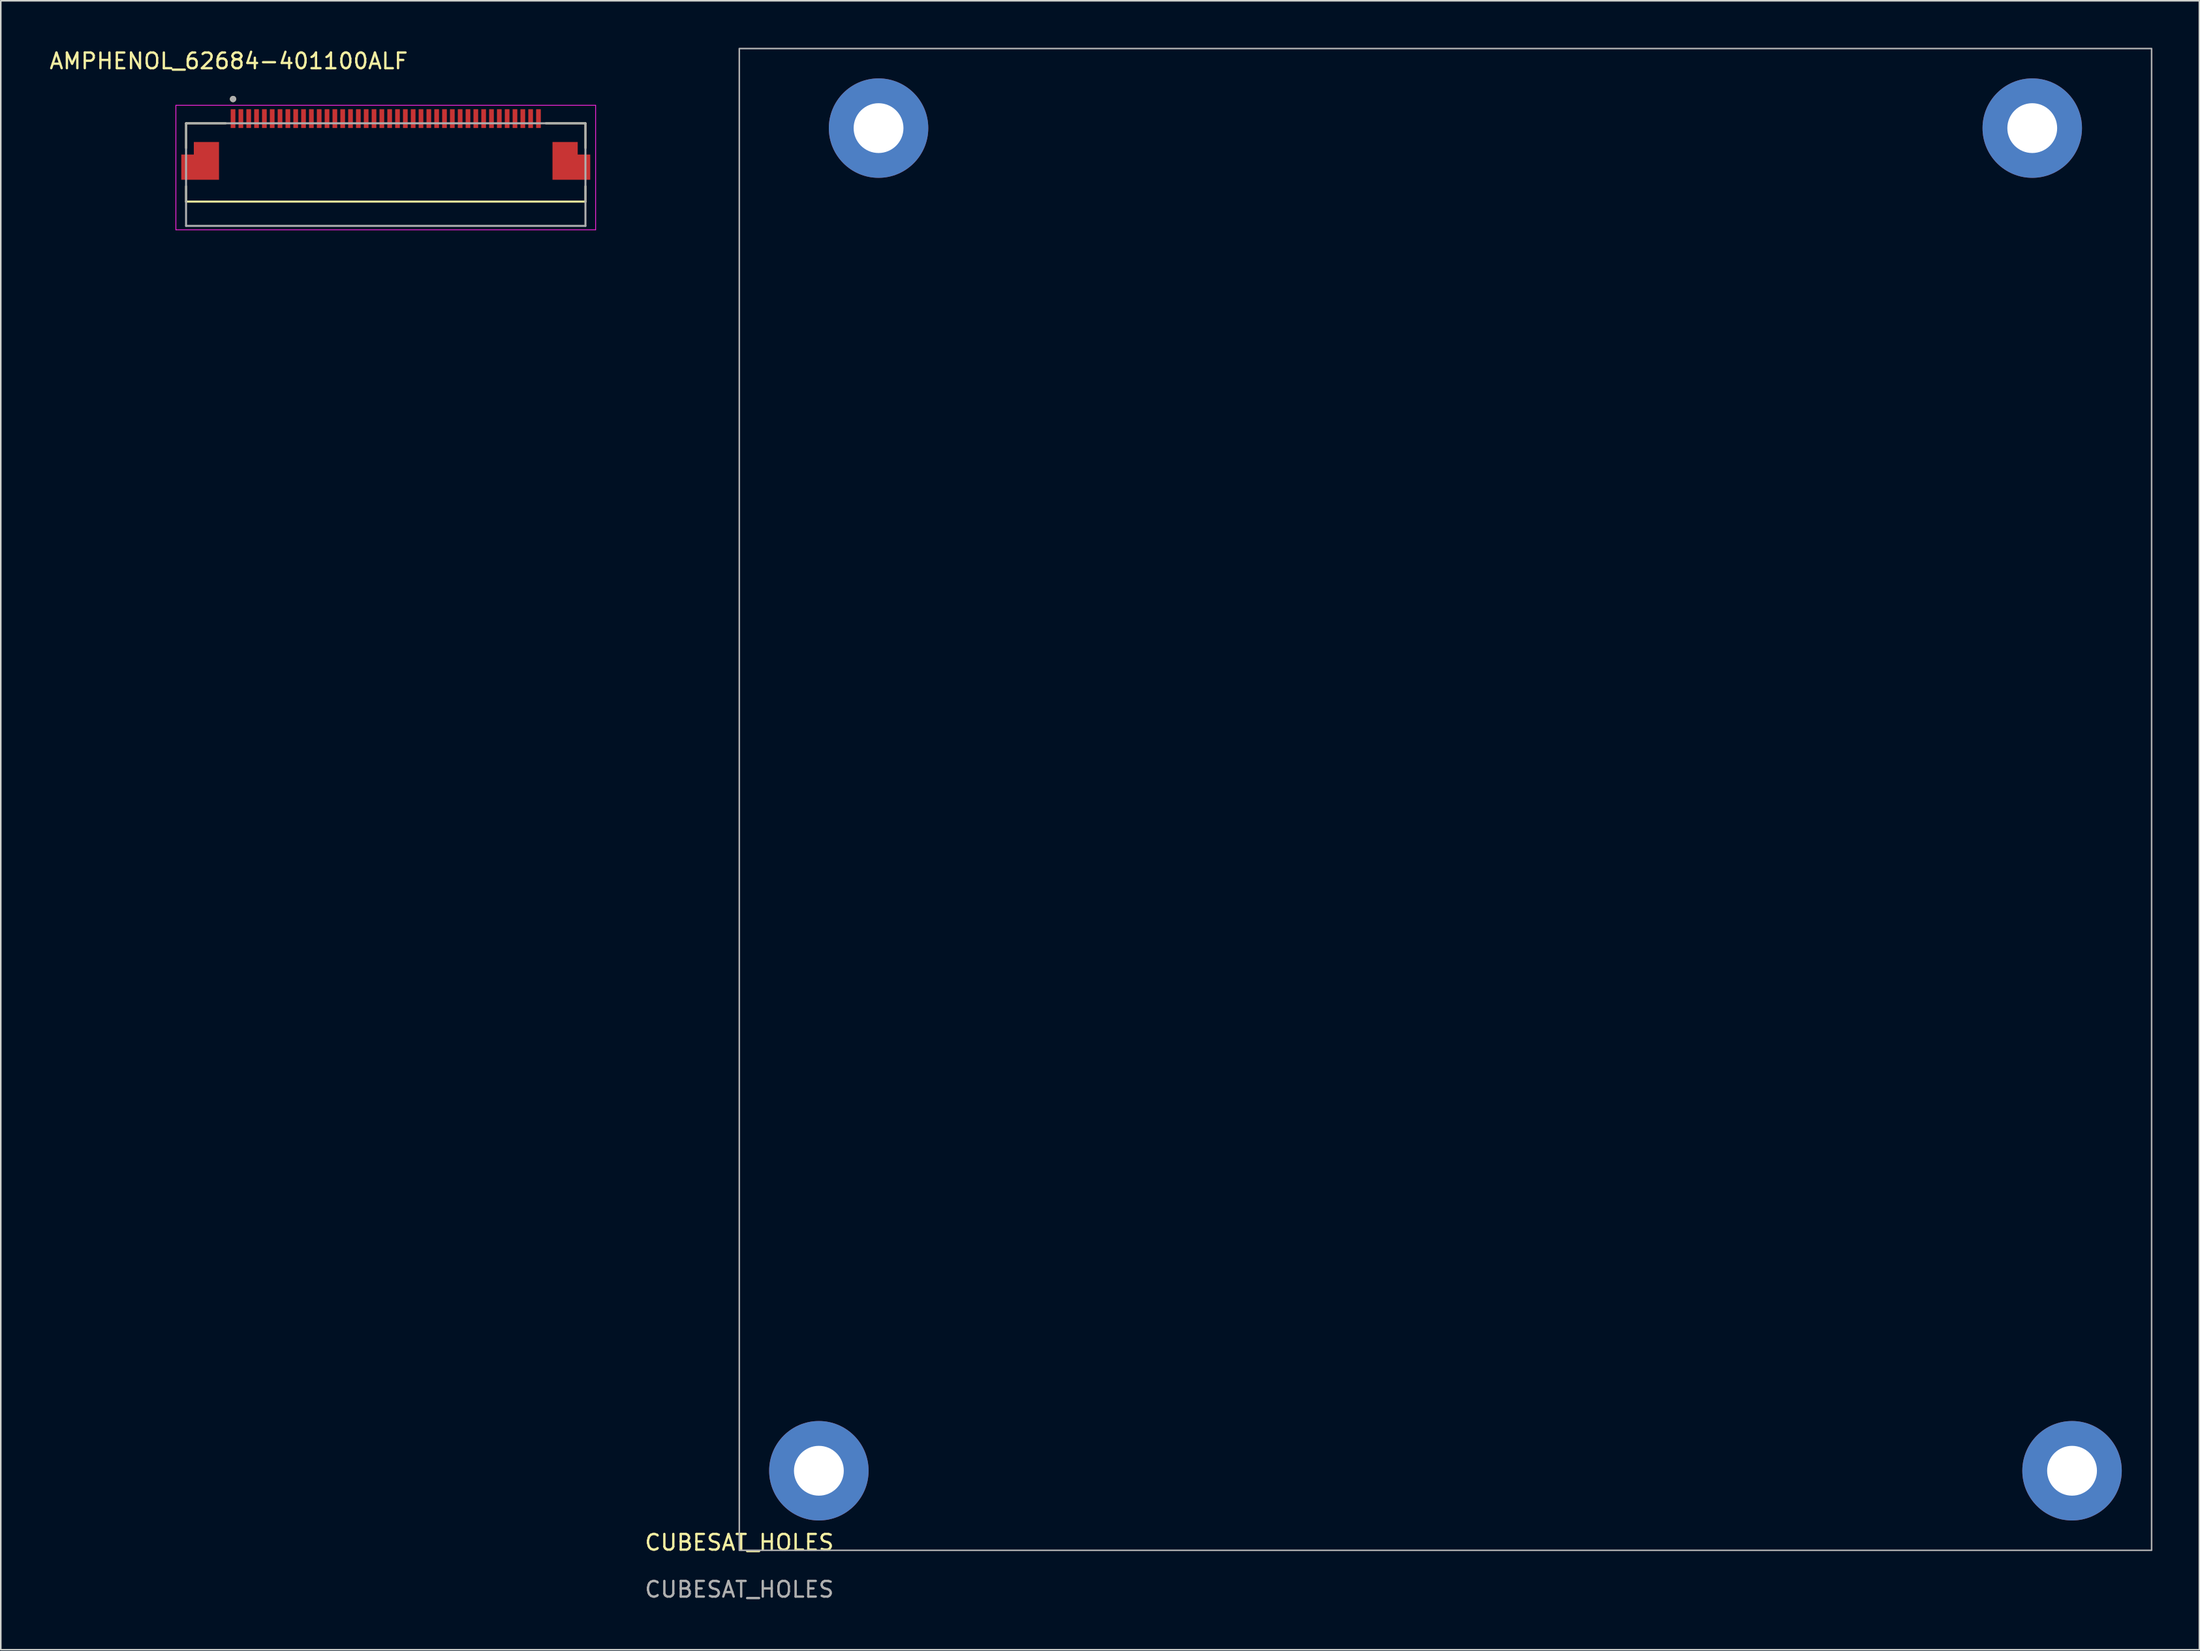
<source format=kicad_pcb>
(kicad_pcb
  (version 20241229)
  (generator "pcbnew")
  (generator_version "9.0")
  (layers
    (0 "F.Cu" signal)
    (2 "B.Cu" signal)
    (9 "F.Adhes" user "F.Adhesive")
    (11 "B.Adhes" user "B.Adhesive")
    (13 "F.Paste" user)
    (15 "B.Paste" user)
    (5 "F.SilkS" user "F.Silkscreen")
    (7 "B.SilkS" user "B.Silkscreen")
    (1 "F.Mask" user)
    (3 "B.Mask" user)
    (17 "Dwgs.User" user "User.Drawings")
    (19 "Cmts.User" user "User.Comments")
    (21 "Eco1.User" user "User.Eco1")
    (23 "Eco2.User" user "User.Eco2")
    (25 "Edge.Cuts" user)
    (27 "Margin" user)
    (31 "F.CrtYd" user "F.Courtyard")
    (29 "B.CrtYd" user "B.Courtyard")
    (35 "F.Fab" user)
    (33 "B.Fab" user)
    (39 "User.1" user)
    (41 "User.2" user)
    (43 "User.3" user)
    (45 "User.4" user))
  (footprint "CUBESAT_HOLES"
    (layer "F.Cu")
    (at 44.152 95.94)
    (property "Reference" "CUBESAT_HOLES" (at 0 -0.5 0) (unlocked yes) (layer "F.SilkS") (effects (font (size 1 1) (thickness 0.15))))
    (attr through_hole)
    (fp_rect (start 0 -95.89) (end 90.17 0) (stroke (width 0.1) (type default)) (fill no) (layer "F.Fab"))
    (fp_text user "${REFERENCE}" (at 0 2.5 0) (unlocked yes) (layer "F.Fab") (effects (font (size 1 1) (thickness 0.15))))
    (pad "1" thru_hole circle (at 5.08 -5.08) (size 6.35 6.35) (drill 3.18) (layers "*.Cu" "*.Mask"))
    (pad "1" thru_hole circle (at 8.89 -90.81) (size 6.35 6.35) (drill 3.18) (layers "*.Cu" "*.Mask"))
    (pad "1" thru_hole circle (at 82.55 -90.81) (size 6.35 6.35) (drill 3.18) (layers "*.Cu" "*.Mask"))
    (pad "1" thru_hole circle (at 85.09 -5.08) (size 6.35 6.35) (drill 3.18) (layers "*.Cu" "*.Mask")))
  (footprint "AMPHENOL_62684-401100ALF"
    (layer "F.Cu")
    (at 21.579 8.098)
    (property "Reference" "AMPHENOL_62684-401100ALF" (at -10.025 -7.25 0) (layer "F.SilkS") (effects (font (size 1 1) (thickness 0.15))))
    (attr smd)
    (fp_poly (pts (xy -10.65 -2.075) (xy -12.25 -2.075) (xy -12.25 -1.275) (xy -13.05 -1.275) (xy -13.05 0.325) (xy -10.65 0.325)) (stroke (width 0.01) (type solid)) (fill yes) (layer "F.Mask"))
    (fp_poly (pts (xy 10.65 -2.075) (xy 12.25 -2.075) (xy 12.25 -1.275) (xy 13.05 -1.275) (xy 13.05 0.325) (xy 10.65 0.325)) (stroke (width 0.01) (type solid)) (fill yes) (layer "F.Mask"))
    (fp_line (start -12.75 -3.275) (end -12.75 -1.695) (stroke (width 0.127) (type solid)) (layer "F.SilkS"))
    (fp_line (start -12.75 -3.275) (end -10.22 -3.275) (stroke (width 0.127) (type solid)) (layer "F.SilkS"))
    (fp_line (start -12.75 1.725) (end -12.75 0.745) (stroke (width 0.127) (type solid)) (layer "F.SilkS"))
    (fp_line (start 12.75 -3.275) (end 10.22 -3.275) (stroke (width 0.127) (type solid)) (layer "F.SilkS"))
    (fp_line (start 12.75 -1.695) (end 12.75 -3.275) (stroke (width 0.127) (type solid)) (layer "F.SilkS"))
    (fp_line (start 12.75 0.745) (end 12.75 1.725) (stroke (width 0.127) (type solid)) (layer "F.SilkS"))
    (fp_line (start 12.75 1.725) (end -12.75 1.725) (stroke (width 0.127) (type solid)) (layer "F.SilkS"))
    (fp_circle (center -9.75 -4.825) (end -9.65 -4.825) (stroke (width 0.2) (type solid)) (fill no) (layer "F.SilkS"))
    (fp_poly (pts (xy -10.65 -2.075) (xy -12.25 -2.075) (xy -12.25 -1.275) (xy -13.05 -1.275) (xy -13.05 0.325) (xy -10.65 0.325)) (stroke (width 0.01) (type solid)) (fill yes) (layer "F.Paste"))
    (fp_poly (pts (xy 10.65 -2.075) (xy 12.25 -2.075) (xy 12.25 -1.275) (xy 13.05 -1.275) (xy 13.05 0.325) (xy 10.65 0.325)) (stroke (width 0.01) (type solid)) (fill yes) (layer "F.Paste"))
    (fp_line (start -13.4 -4.425) (end 13.4 -4.425) (stroke (width 0.05) (type solid)) (layer "F.CrtYd"))
    (fp_line (start -13.4 3.525) (end -13.4 -4.425) (stroke (width 0.05) (type solid)) (layer "F.CrtYd"))
    (fp_line (start 13.4 -4.425) (end 13.4 3.525) (stroke (width 0.05) (type solid)) (layer "F.CrtYd"))
    (fp_line (start 13.4 3.525) (end -13.4 3.525) (stroke (width 0.05) (type solid)) (layer "F.CrtYd"))
    (fp_line (start -12.75 -3.275) (end 12.75 -3.275) (stroke (width 0.127) (type solid)) (layer "F.Fab"))
    (fp_line (start -12.75 3.275) (end -12.75 -3.275) (stroke (width 0.127) (type solid)) (layer "F.Fab"))
    (fp_line (start 12.75 -3.275) (end 12.75 3.275) (stroke (width 0.127) (type solid)) (layer "F.Fab"))
    (fp_line (start 12.75 3.275) (end -12.75 3.275) (stroke (width 0.127) (type solid)) (layer "F.Fab"))
    (fp_circle (center -9.75 -4.825) (end -9.65 -4.825) (stroke (width 0.2) (type solid)) (fill no) (layer "F.Fab"))
    (pad "01" smd rect (at -9.75 -3.575) (size 0.3 1.2) (layers "F.Cu" "F.Mask" "F.Paste"))
    (pad "02" smd rect (at -9.25 -3.575) (size 0.3 1.2) (layers "F.Cu" "F.Mask" "F.Paste"))
    (pad "03" smd rect (at -8.75 -3.575) (size 0.3 1.2) (layers "F.Cu" "F.Mask" "F.Paste"))
    (pad "04" smd rect (at -8.25 -3.575) (size 0.3 1.2) (layers "F.Cu" "F.Mask" "F.Paste"))
    (pad "05" smd rect (at -7.75 -3.575) (size 0.3 1.2) (layers "F.Cu" "F.Mask" "F.Paste"))
    (pad "06" smd rect (at -7.25 -3.575) (size 0.3 1.2) (layers "F.Cu" "F.Mask" "F.Paste"))
    (pad "07" smd rect (at -6.75 -3.575) (size 0.3 1.2) (layers "F.Cu" "F.Mask" "F.Paste"))
    (pad "08" smd rect (at -6.25 -3.575) (size 0.3 1.2) (layers "F.Cu" "F.Mask" "F.Paste"))
    (pad "09" smd rect (at -5.75 -3.575) (size 0.3 1.2) (layers "F.Cu" "F.Mask" "F.Paste"))
    (pad "10" smd rect (at -5.25 -3.575) (size 0.3 1.2) (layers "F.Cu" "F.Mask" "F.Paste"))
    (pad "11" smd rect (at -4.75 -3.575) (size 0.3 1.2) (layers "F.Cu" "F.Mask" "F.Paste"))
    (pad "12" smd rect (at -4.25 -3.575) (size 0.3 1.2) (layers "F.Cu" "F.Mask" "F.Paste"))
    (pad "13" smd rect (at -3.75 -3.575) (size 0.3 1.2) (layers "F.Cu" "F.Mask" "F.Paste"))
    (pad "14" smd rect (at -3.25 -3.575) (size 0.3 1.2) (layers "F.Cu" "F.Mask" "F.Paste"))
    (pad "15" smd rect (at -2.75 -3.575) (size 0.3 1.2) (layers "F.Cu" "F.Mask" "F.Paste"))
    (pad "16" smd rect (at -2.25 -3.575) (size 0.3 1.2) (layers "F.Cu" "F.Mask" "F.Paste"))
    (pad "17" smd rect (at -1.75 -3.575) (size 0.3 1.2) (layers "F.Cu" "F.Mask" "F.Paste"))
    (pad "18" smd rect (at -1.25 -3.575) (size 0.3 1.2) (layers "F.Cu" "F.Mask" "F.Paste"))
    (pad "19" smd rect (at -0.75 -3.575) (size 0.3 1.2) (layers "F.Cu" "F.Mask" "F.Paste"))
    (pad "20" smd rect (at -0.25 -3.575) (size 0.3 1.2) (layers "F.Cu" "F.Mask" "F.Paste"))
    (pad "21" smd rect (at 0.25 -3.575) (size 0.3 1.2) (layers "F.Cu" "F.Mask" "F.Paste"))
    (pad "22" smd rect (at 0.75 -3.575) (size 0.3 1.2) (layers "F.Cu" "F.Mask" "F.Paste"))
    (pad "23" smd rect (at 1.25 -3.575) (size 0.3 1.2) (layers "F.Cu" "F.Mask" "F.Paste"))
    (pad "24" smd rect (at 1.75 -3.575) (size 0.3 1.2) (layers "F.Cu" "F.Mask" "F.Paste"))
    (pad "25" smd rect (at 2.25 -3.575) (size 0.3 1.2) (layers "F.Cu" "F.Mask" "F.Paste"))
    (pad "26" smd rect (at 2.75 -3.575) (size 0.3 1.2) (layers "F.Cu" "F.Mask" "F.Paste"))
    (pad "27" smd rect (at 3.25 -3.575) (size 0.3 1.2) (layers "F.Cu" "F.Mask" "F.Paste"))
    (pad "28" smd rect (at 3.75 -3.575) (size 0.3 1.2) (layers "F.Cu" "F.Mask" "F.Paste"))
    (pad "29" smd rect (at 4.25 -3.575) (size 0.3 1.2) (layers "F.Cu" "F.Mask" "F.Paste"))
    (pad "30" smd rect (at 4.75 -3.575) (size 0.3 1.2) (layers "F.Cu" "F.Mask" "F.Paste"))
    (pad "31" smd rect (at 5.25 -3.575) (size 0.3 1.2) (layers "F.Cu" "F.Mask" "F.Paste"))
    (pad "32" smd rect (at 5.75 -3.575) (size 0.3 1.2) (layers "F.Cu" "F.Mask" "F.Paste"))
    (pad "33" smd rect (at 6.25 -3.575) (size 0.3 1.2) (layers "F.Cu" "F.Mask" "F.Paste"))
    (pad "34" smd rect (at 6.75 -3.575) (size 0.3 1.2) (layers "F.Cu" "F.Mask" "F.Paste"))
    (pad "35" smd rect (at 7.25 -3.575) (size 0.3 1.2) (layers "F.Cu" "F.Mask" "F.Paste"))
    (pad "36" smd rect (at 7.75 -3.575) (size 0.3 1.2) (layers "F.Cu" "F.Mask" "F.Paste"))
    (pad "37" smd rect (at 8.25 -3.575) (size 0.3 1.2) (layers "F.Cu" "F.Mask" "F.Paste"))
    (pad "38" smd rect (at 8.75 -3.575) (size 0.3 1.2) (layers "F.Cu" "F.Mask" "F.Paste"))
    (pad "39" smd rect (at 9.25 -3.575) (size 0.3 1.2) (layers "F.Cu" "F.Mask" "F.Paste"))
    (pad "40" smd rect (at 9.75 -3.575) (size 0.3 1.2) (layers "F.Cu" "F.Mask" "F.Paste"))
    (pad "S1" smd custom (at -11.45 -0.475) (size 1.4 1.4) (layers "F.Cu") (options (anchor rect)) (primitives (gr_poly (pts (xy 0.8 -1.6) (xy -0.8 -1.6) (xy -0.8 -0.8) (xy -1.6 -0.8) (xy -1.6 0.8) (xy 0.8 0.8)) (width 0.01) (fill yes))))
    (pad "S2" smd custom (at 11.45 -0.475) (size 1.4 1.4) (layers "F.Cu") (options (anchor rect)) (primitives (gr_poly (pts (xy -0.8 -1.6) (xy 0.8 -1.6) (xy 0.8 -0.8) (xy 1.6 -0.8) (xy 1.6 0.8) (xy -0.8 0.8)) (width 0.01) (fill yes)))))
  (gr_rect
    (start -3 -3)
    (end 137.372 102.288)
    (stroke (width 0.1) (type default))
    (fill no)
    (layer "Edge.Cuts")))
</source>
